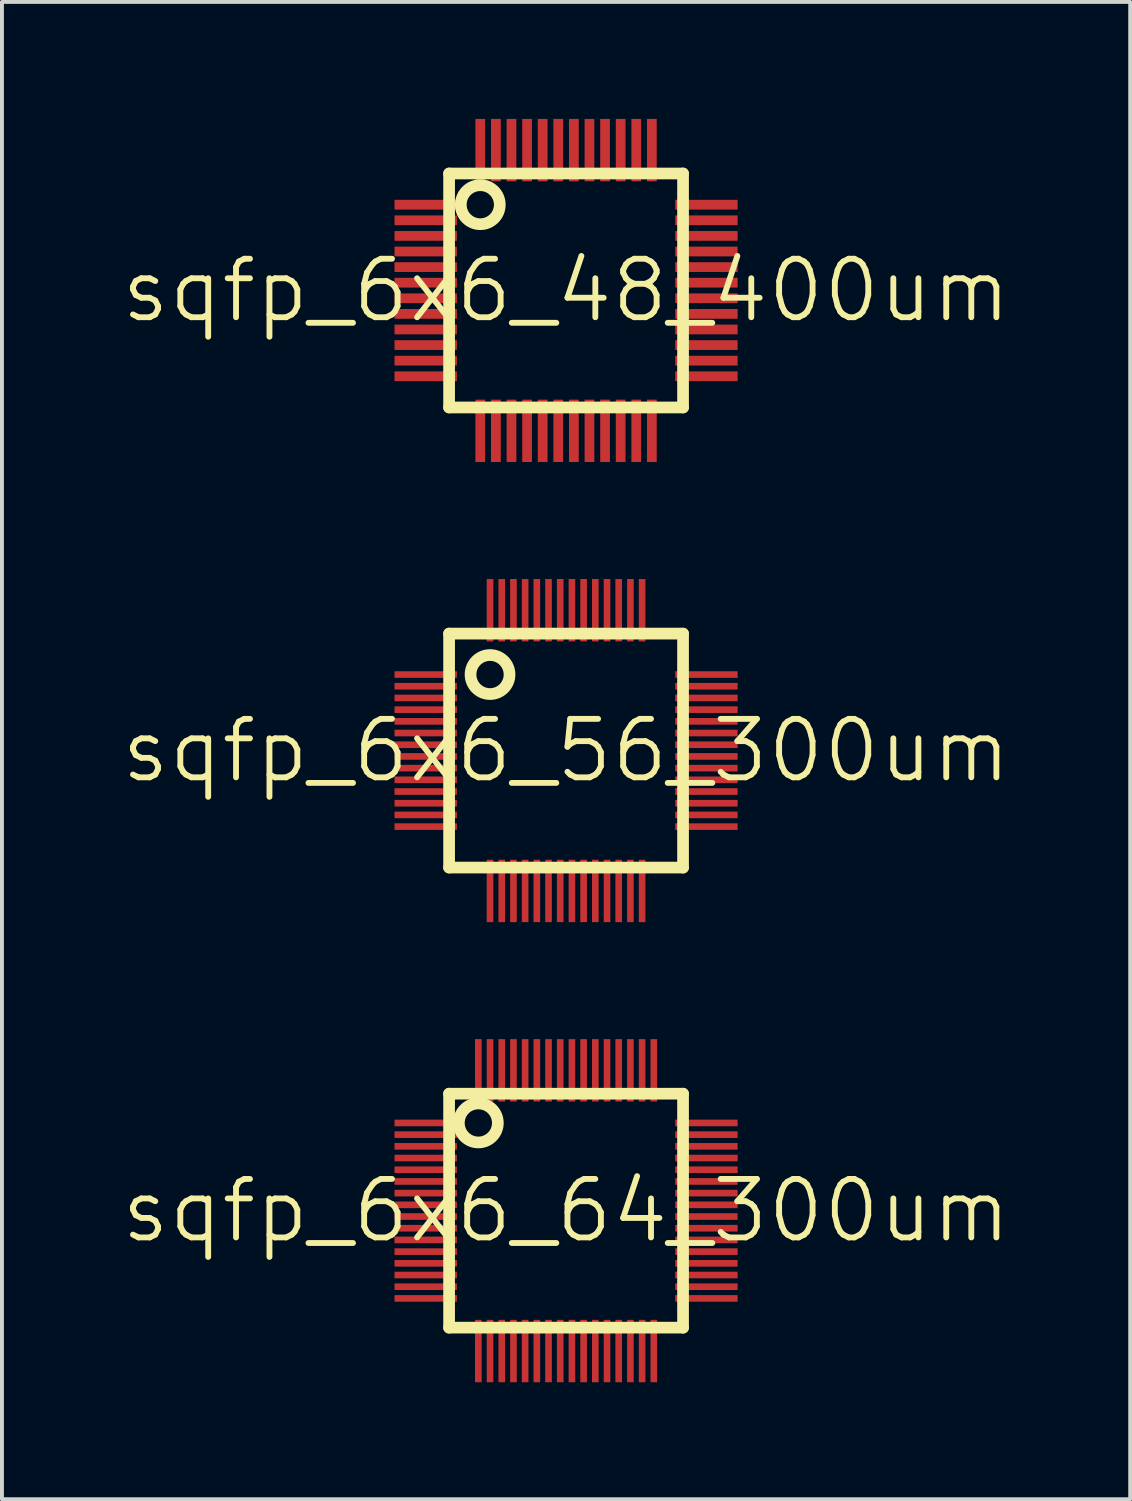
<source format=kicad_pcb>
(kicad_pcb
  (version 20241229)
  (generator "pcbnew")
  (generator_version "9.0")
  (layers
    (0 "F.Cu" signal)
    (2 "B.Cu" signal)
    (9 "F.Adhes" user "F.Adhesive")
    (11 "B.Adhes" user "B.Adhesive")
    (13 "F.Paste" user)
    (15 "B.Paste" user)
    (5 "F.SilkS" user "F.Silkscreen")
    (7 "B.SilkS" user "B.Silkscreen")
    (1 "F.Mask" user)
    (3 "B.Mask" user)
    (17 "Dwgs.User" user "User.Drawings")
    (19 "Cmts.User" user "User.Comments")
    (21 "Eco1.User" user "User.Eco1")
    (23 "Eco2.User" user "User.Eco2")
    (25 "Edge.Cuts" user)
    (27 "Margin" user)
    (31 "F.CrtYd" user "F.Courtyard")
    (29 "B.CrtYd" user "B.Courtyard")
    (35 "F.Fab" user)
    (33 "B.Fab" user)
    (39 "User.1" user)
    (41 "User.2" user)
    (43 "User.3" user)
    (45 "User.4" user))
  (footprint "sqfp_6x6_48_400um"
    (layer "F.Cu")
    (at 11.468 4.4)
    (property "Reference" "sqfp_6x6_48_400um" (at 0 0 0) (layer "F.SilkS") (effects (font (size 1.5 1.5) (thickness 0.15))))
    (attr through_hole)
    (fp_line (start -3 -3) (end 3 -3) (stroke (width 0.3) (type solid)) (layer "F.SilkS"))
    (fp_line (start -3 3) (end -3 -3) (stroke (width 0.3) (type solid)) (layer "F.SilkS"))
    (fp_line (start 3 -3) (end 3 3) (stroke (width 0.3) (type solid)) (layer "F.SilkS"))
    (fp_line (start 3 3) (end -3 3) (stroke (width 0.3) (type solid)) (layer "F.SilkS"))
    (fp_circle (center -2.2 -2.2) (end -1.7 -2.2) (stroke (width 0.3) (type solid)) (fill no) (layer "F.SilkS"))
    (pad "1" smd rect (at -3.6 -2.2 90) (size 0.25 1.6) (layers "F.Cu" "F.Mask" "F.Paste"))
    (pad "2" smd rect (at -3.6 -1.8 90) (size 0.25 1.6) (layers "F.Cu" "F.Mask" "F.Paste"))
    (pad "3" smd rect (at -3.6 -1.4 90) (size 0.25 1.6) (layers "F.Cu" "F.Mask" "F.Paste"))
    (pad "4" smd rect (at -3.6 -1 90) (size 0.25 1.6) (layers "F.Cu" "F.Mask" "F.Paste"))
    (pad "5" smd rect (at -3.6 -0.6 90) (size 0.25 1.6) (layers "F.Cu" "F.Mask" "F.Paste"))
    (pad "6" smd rect (at -3.6 -0.2 90) (size 0.25 1.6) (layers "F.Cu" "F.Mask" "F.Paste"))
    (pad "7" smd rect (at -3.6 0.2 90) (size 0.25 1.6) (layers "F.Cu" "F.Mask" "F.Paste"))
    (pad "8" smd rect (at -3.6 0.6 90) (size 0.25 1.6) (layers "F.Cu" "F.Mask" "F.Paste"))
    (pad "9" smd rect (at -3.6 1 90) (size 0.25 1.6) (layers "F.Cu" "F.Mask" "F.Paste"))
    (pad "10" smd rect (at -3.6 1.4 90) (size 0.25 1.6) (layers "F.Cu" "F.Mask" "F.Paste"))
    (pad "11" smd rect (at -3.6 1.8 90) (size 0.25 1.6) (layers "F.Cu" "F.Mask" "F.Paste"))
    (pad "12" smd rect (at -3.6 2.2 90) (size 0.25 1.6) (layers "F.Cu" "F.Mask" "F.Paste"))
    (pad "13" smd rect (at -2.2 3.6) (size 0.25 1.6) (layers "F.Cu" "F.Mask" "F.Paste"))
    (pad "14" smd rect (at -1.8 3.6) (size 0.25 1.6) (layers "F.Cu" "F.Mask" "F.Paste"))
    (pad "15" smd rect (at -1.4 3.6) (size 0.25 1.6) (layers "F.Cu" "F.Mask" "F.Paste"))
    (pad "16" smd rect (at -1 3.6) (size 0.25 1.6) (layers "F.Cu" "F.Mask" "F.Paste"))
    (pad "17" smd rect (at -0.6 3.6) (size 0.25 1.6) (layers "F.Cu" "F.Mask" "F.Paste"))
    (pad "18" smd rect (at -0.2 3.6) (size 0.25 1.6) (layers "F.Cu" "F.Mask" "F.Paste"))
    (pad "19" smd rect (at 0.2 3.6) (size 0.25 1.6) (layers "F.Cu" "F.Mask" "F.Paste"))
    (pad "20" smd rect (at 0.6 3.6) (size 0.25 1.6) (layers "F.Cu" "F.Mask" "F.Paste"))
    (pad "21" smd rect (at 1 3.6) (size 0.25 1.6) (layers "F.Cu" "F.Mask" "F.Paste"))
    (pad "22" smd rect (at 1.4 3.6) (size 0.25 1.6) (layers "F.Cu" "F.Mask" "F.Paste"))
    (pad "23" smd rect (at 1.8 3.6) (size 0.25 1.6) (layers "F.Cu" "F.Mask" "F.Paste"))
    (pad "24" smd rect (at 2.2 3.6) (size 0.25 1.6) (layers "F.Cu" "F.Mask" "F.Paste"))
    (pad "25" smd rect (at 3.6 2.2 90) (size 0.25 1.6) (layers "F.Cu" "F.Mask" "F.Paste"))
    (pad "26" smd rect (at 3.6 1.8 90) (size 0.25 1.6) (layers "F.Cu" "F.Mask" "F.Paste"))
    (pad "27" smd rect (at 3.6 1.4 90) (size 0.25 1.6) (layers "F.Cu" "F.Mask" "F.Paste"))
    (pad "28" smd rect (at 3.6 1 90) (size 0.25 1.6) (layers "F.Cu" "F.Mask" "F.Paste"))
    (pad "29" smd rect (at 3.6 0.6 90) (size 0.25 1.6) (layers "F.Cu" "F.Mask" "F.Paste"))
    (pad "30" smd rect (at 3.6 0.2 90) (size 0.25 1.6) (layers "F.Cu" "F.Mask" "F.Paste"))
    (pad "31" smd rect (at 3.6 -0.2 90) (size 0.25 1.6) (layers "F.Cu" "F.Mask" "F.Paste"))
    (pad "32" smd rect (at 3.6 -0.6 90) (size 0.25 1.6) (layers "F.Cu" "F.Mask" "F.Paste"))
    (pad "33" smd rect (at 3.6 -1 90) (size 0.25 1.6) (layers "F.Cu" "F.Mask" "F.Paste"))
    (pad "34" smd rect (at 3.6 -1.4 90) (size 0.25 1.6) (layers "F.Cu" "F.Mask" "F.Paste"))
    (pad "35" smd rect (at 3.6 -1.8 90) (size 0.25 1.6) (layers "F.Cu" "F.Mask" "F.Paste"))
    (pad "36" smd rect (at 3.6 -2.2 90) (size 0.25 1.6) (layers "F.Cu" "F.Mask" "F.Paste"))
    (pad "37" smd rect (at 2.2 -3.6) (size 0.25 1.6) (layers "F.Cu" "F.Mask" "F.Paste"))
    (pad "38" smd rect (at 1.8 -3.6) (size 0.25 1.6) (layers "F.Cu" "F.Mask" "F.Paste"))
    (pad "39" smd rect (at 1.4 -3.6) (size 0.25 1.6) (layers "F.Cu" "F.Mask" "F.Paste"))
    (pad "40" smd rect (at 1 -3.6) (size 0.25 1.6) (layers "F.Cu" "F.Mask" "F.Paste"))
    (pad "41" smd rect (at 0.6 -3.6) (size 0.25 1.6) (layers "F.Cu" "F.Mask" "F.Paste"))
    (pad "42" smd rect (at 0.2 -3.6) (size 0.25 1.6) (layers "F.Cu" "F.Mask" "F.Paste"))
    (pad "43" smd rect (at -0.2 -3.6) (size 0.25 1.6) (layers "F.Cu" "F.Mask" "F.Paste"))
    (pad "44" smd rect (at -0.6 -3.6) (size 0.25 1.6) (layers "F.Cu" "F.Mask" "F.Paste"))
    (pad "45" smd rect (at -1 -3.6) (size 0.25 1.6) (layers "F.Cu" "F.Mask" "F.Paste"))
    (pad "46" smd rect (at -1.4 -3.6) (size 0.25 1.6) (layers "F.Cu" "F.Mask" "F.Paste"))
    (pad "47" smd rect (at -1.8 -3.6) (size 0.25 1.6) (layers "F.Cu" "F.Mask" "F.Paste"))
    (pad "48" smd rect (at -2.2 -3.6) (size 0.25 1.6) (layers "F.Cu" "F.Mask" "F.Paste")))
  (footprint "sqfp_6x6_56_300um"
    (layer "F.Cu")
    (at 11.468 16.2)
    (property "Reference" "sqfp_6x6_56_300um" (at 0 0 0) (layer "F.SilkS") (effects (font (size 1.5 1.5) (thickness 0.15))))
    (attr through_hole)
    (fp_line (start -3 -3) (end 3 -3) (stroke (width 0.3) (type solid)) (layer "F.SilkS"))
    (fp_line (start -3 3) (end -3 -3) (stroke (width 0.3) (type solid)) (layer "F.SilkS"))
    (fp_line (start 3 -3) (end 3 3) (stroke (width 0.3) (type solid)) (layer "F.SilkS"))
    (fp_line (start 3 3) (end -3 3) (stroke (width 0.3) (type solid)) (layer "F.SilkS"))
    (fp_circle (center -1.95 -1.95) (end -1.45 -1.95) (stroke (width 0.3) (type solid)) (fill no) (layer "F.SilkS"))
    (pad "1" smd rect (at -3.6 -1.95 90) (size 0.17 1.6) (layers "F.Cu" "F.Mask" "F.Paste"))
    (pad "2" smd rect (at -3.6 -1.65 90) (size 0.17 1.6) (layers "F.Cu" "F.Mask" "F.Paste"))
    (pad "3" smd rect (at -3.6 -1.35 90) (size 0.17 1.6) (layers "F.Cu" "F.Mask" "F.Paste"))
    (pad "4" smd rect (at -3.6 -1.05 90) (size 0.17 1.6) (layers "F.Cu" "F.Mask" "F.Paste"))
    (pad "5" smd rect (at -3.6 -0.75 90) (size 0.17 1.6) (layers "F.Cu" "F.Mask" "F.Paste"))
    (pad "6" smd rect (at -3.6 -0.45 90) (size 0.17 1.6) (layers "F.Cu" "F.Mask" "F.Paste"))
    (pad "7" smd rect (at -3.6 -0.15 90) (size 0.17 1.6) (layers "F.Cu" "F.Mask" "F.Paste"))
    (pad "8" smd rect (at -3.6 0.15 90) (size 0.17 1.6) (layers "F.Cu" "F.Mask" "F.Paste"))
    (pad "9" smd rect (at -3.6 0.45 90) (size 0.17 1.6) (layers "F.Cu" "F.Mask" "F.Paste"))
    (pad "10" smd rect (at -3.6 0.75 90) (size 0.17 1.6) (layers "F.Cu" "F.Mask" "F.Paste"))
    (pad "11" smd rect (at -3.6 1.05 90) (size 0.17 1.6) (layers "F.Cu" "F.Mask" "F.Paste"))
    (pad "12" smd rect (at -3.6 1.35 90) (size 0.17 1.6) (layers "F.Cu" "F.Mask" "F.Paste"))
    (pad "13" smd rect (at -3.6 1.65 90) (size 0.17 1.6) (layers "F.Cu" "F.Mask" "F.Paste"))
    (pad "14" smd rect (at -3.6 1.95 90) (size 0.17 1.6) (layers "F.Cu" "F.Mask" "F.Paste"))
    (pad "15" smd rect (at -1.95 3.6) (size 0.17 1.6) (layers "F.Cu" "F.Mask" "F.Paste"))
    (pad "16" smd rect (at -1.65 3.6) (size 0.17 1.6) (layers "F.Cu" "F.Mask" "F.Paste"))
    (pad "17" smd rect (at -1.35 3.6) (size 0.17 1.6) (layers "F.Cu" "F.Mask" "F.Paste"))
    (pad "18" smd rect (at -1.05 3.6) (size 0.17 1.6) (layers "F.Cu" "F.Mask" "F.Paste"))
    (pad "19" smd rect (at -0.75 3.6) (size 0.17 1.6) (layers "F.Cu" "F.Mask" "F.Paste"))
    (pad "20" smd rect (at -0.45 3.6) (size 0.17 1.6) (layers "F.Cu" "F.Mask" "F.Paste"))
    (pad "21" smd rect (at -0.15 3.6) (size 0.17 1.6) (layers "F.Cu" "F.Mask" "F.Paste"))
    (pad "22" smd rect (at 0.15 3.6) (size 0.17 1.6) (layers "F.Cu" "F.Mask" "F.Paste"))
    (pad "23" smd rect (at 0.45 3.6) (size 0.17 1.6) (layers "F.Cu" "F.Mask" "F.Paste"))
    (pad "24" smd rect (at 0.75 3.6) (size 0.17 1.6) (layers "F.Cu" "F.Mask" "F.Paste"))
    (pad "25" smd rect (at 1.05 3.6) (size 0.17 1.6) (layers "F.Cu" "F.Mask" "F.Paste"))
    (pad "26" smd rect (at 1.35 3.6) (size 0.17 1.6) (layers "F.Cu" "F.Mask" "F.Paste"))
    (pad "27" smd rect (at 1.65 3.6) (size 0.17 1.6) (layers "F.Cu" "F.Mask" "F.Paste"))
    (pad "28" smd rect (at 1.95 3.6) (size 0.17 1.6) (layers "F.Cu" "F.Mask" "F.Paste"))
    (pad "29" smd rect (at 3.6 1.95 90) (size 0.17 1.6) (layers "F.Cu" "F.Mask" "F.Paste"))
    (pad "30" smd rect (at 3.6 1.65 90) (size 0.17 1.6) (layers "F.Cu" "F.Mask" "F.Paste"))
    (pad "31" smd rect (at 3.6 1.35 90) (size 0.17 1.6) (layers "F.Cu" "F.Mask" "F.Paste"))
    (pad "32" smd rect (at 3.6 1.05 90) (size 0.17 1.6) (layers "F.Cu" "F.Mask" "F.Paste"))
    (pad "33" smd rect (at 3.6 0.75 90) (size 0.17 1.6) (layers "F.Cu" "F.Mask" "F.Paste"))
    (pad "34" smd rect (at 3.6 0.45 90) (size 0.17 1.6) (layers "F.Cu" "F.Mask" "F.Paste"))
    (pad "35" smd rect (at 3.6 0.15 90) (size 0.17 1.6) (layers "F.Cu" "F.Mask" "F.Paste"))
    (pad "36" smd rect (at 3.6 -0.15 90) (size 0.17 1.6) (layers "F.Cu" "F.Mask" "F.Paste"))
    (pad "37" smd rect (at 3.6 -0.45 90) (size 0.17 1.6) (layers "F.Cu" "F.Mask" "F.Paste"))
    (pad "38" smd rect (at 3.6 -0.75 90) (size 0.17 1.6) (layers "F.Cu" "F.Mask" "F.Paste"))
    (pad "39" smd rect (at 3.6 -1.05 90) (size 0.17 1.6) (layers "F.Cu" "F.Mask" "F.Paste"))
    (pad "40" smd rect (at 3.6 -1.35 90) (size 0.17 1.6) (layers "F.Cu" "F.Mask" "F.Paste"))
    (pad "41" smd rect (at 3.6 -1.65 90) (size 0.17 1.6) (layers "F.Cu" "F.Mask" "F.Paste"))
    (pad "42" smd rect (at 3.6 -1.95 90) (size 0.17 1.6) (layers "F.Cu" "F.Mask" "F.Paste"))
    (pad "43" smd rect (at 1.95 -3.6) (size 0.17 1.6) (layers "F.Cu" "F.Mask" "F.Paste"))
    (pad "44" smd rect (at 1.65 -3.6) (size 0.17 1.6) (layers "F.Cu" "F.Mask" "F.Paste"))
    (pad "45" smd rect (at 1.35 -3.6) (size 0.17 1.6) (layers "F.Cu" "F.Mask" "F.Paste"))
    (pad "46" smd rect (at 1.05 -3.6) (size 0.17 1.6) (layers "F.Cu" "F.Mask" "F.Paste"))
    (pad "47" smd rect (at 0.75 -3.6) (size 0.17 1.6) (layers "F.Cu" "F.Mask" "F.Paste"))
    (pad "48" smd rect (at 0.45 -3.6) (size 0.17 1.6) (layers "F.Cu" "F.Mask" "F.Paste"))
    (pad "49" smd rect (at 0.15 -3.6) (size 0.17 1.6) (layers "F.Cu" "F.Mask" "F.Paste"))
    (pad "50" smd rect (at -0.15 -3.6) (size 0.17 1.6) (layers "F.Cu" "F.Mask" "F.Paste"))
    (pad "51" smd rect (at -0.45 -3.6) (size 0.17 1.6) (layers "F.Cu" "F.Mask" "F.Paste"))
    (pad "52" smd rect (at -0.75 -3.6) (size 0.17 1.6) (layers "F.Cu" "F.Mask" "F.Paste"))
    (pad "53" smd rect (at -1.05 -3.6) (size 0.17 1.6) (layers "F.Cu" "F.Mask" "F.Paste"))
    (pad "54" smd rect (at -1.35 -3.6) (size 0.17 1.6) (layers "F.Cu" "F.Mask" "F.Paste"))
    (pad "55" smd rect (at -1.65 -3.6) (size 0.17 1.6) (layers "F.Cu" "F.Mask" "F.Paste"))
    (pad "56" smd rect (at -1.95 -3.6) (size 0.17 1.6) (layers "F.Cu" "F.Mask" "F.Paste")))
  (footprint "sqfp_6x6_64_300um"
    (layer "F.Cu")
    (at 11.468 28)
    (property "Reference" "sqfp_6x6_64_300um" (at 0 0 0) (layer "F.SilkS") (effects (font (size 1.5 1.5) (thickness 0.15))))
    (attr through_hole)
    (fp_line (start -3 -3) (end 3 -3) (stroke (width 0.3) (type solid)) (layer "F.SilkS"))
    (fp_line (start -3 3) (end -3 -3) (stroke (width 0.3) (type solid)) (layer "F.SilkS"))
    (fp_line (start 3 -3) (end 3 3) (stroke (width 0.3) (type solid)) (layer "F.SilkS"))
    (fp_line (start 3 3) (end -3 3) (stroke (width 0.3) (type solid)) (layer "F.SilkS"))
    (fp_circle (center -2.25 -2.25) (end -1.75 -2.25) (stroke (width 0.3) (type solid)) (fill no) (layer "F.SilkS"))
    (pad "1" smd rect (at -3.6 -2.25 90) (size 0.17 1.6) (layers "F.Cu" "F.Mask" "F.Paste"))
    (pad "2" smd rect (at -3.6 -1.95 90) (size 0.17 1.6) (layers "F.Cu" "F.Mask" "F.Paste"))
    (pad "3" smd rect (at -3.6 -1.65 90) (size 0.17 1.6) (layers "F.Cu" "F.Mask" "F.Paste"))
    (pad "4" smd rect (at -3.6 -1.35 90) (size 0.17 1.6) (layers "F.Cu" "F.Mask" "F.Paste"))
    (pad "5" smd rect (at -3.6 -1.05 90) (size 0.17 1.6) (layers "F.Cu" "F.Mask" "F.Paste"))
    (pad "6" smd rect (at -3.6 -0.75 90) (size 0.17 1.6) (layers "F.Cu" "F.Mask" "F.Paste"))
    (pad "7" smd rect (at -3.6 -0.45 90) (size 0.17 1.6) (layers "F.Cu" "F.Mask" "F.Paste"))
    (pad "8" smd rect (at -3.6 -0.15 90) (size 0.17 1.6) (layers "F.Cu" "F.Mask" "F.Paste"))
    (pad "9" smd rect (at -3.6 0.15 90) (size 0.17 1.6) (layers "F.Cu" "F.Mask" "F.Paste"))
    (pad "10" smd rect (at -3.6 0.45 90) (size 0.17 1.6) (layers "F.Cu" "F.Mask" "F.Paste"))
    (pad "11" smd rect (at -3.6 0.75 90) (size 0.17 1.6) (layers "F.Cu" "F.Mask" "F.Paste"))
    (pad "12" smd rect (at -3.6 1.05 90) (size 0.17 1.6) (layers "F.Cu" "F.Mask" "F.Paste"))
    (pad "13" smd rect (at -3.6 1.35 90) (size 0.17 1.6) (layers "F.Cu" "F.Mask" "F.Paste"))
    (pad "14" smd rect (at -3.6 1.65 90) (size 0.17 1.6) (layers "F.Cu" "F.Mask" "F.Paste"))
    (pad "15" smd rect (at -3.6 1.95 90) (size 0.17 1.6) (layers "F.Cu" "F.Mask" "F.Paste"))
    (pad "16" smd rect (at -3.6 2.25 90) (size 0.17 1.6) (layers "F.Cu" "F.Mask" "F.Paste"))
    (pad "17" smd rect (at -2.25 3.6) (size 0.17 1.6) (layers "F.Cu" "F.Mask" "F.Paste"))
    (pad "18" smd rect (at -1.95 3.6) (size 0.17 1.6) (layers "F.Cu" "F.Mask" "F.Paste"))
    (pad "19" smd rect (at -1.65 3.6) (size 0.17 1.6) (layers "F.Cu" "F.Mask" "F.Paste"))
    (pad "20" smd rect (at -1.35 3.6) (size 0.17 1.6) (layers "F.Cu" "F.Mask" "F.Paste"))
    (pad "21" smd rect (at -1.05 3.6) (size 0.17 1.6) (layers "F.Cu" "F.Mask" "F.Paste"))
    (pad "22" smd rect (at -0.75 3.6) (size 0.17 1.6) (layers "F.Cu" "F.Mask" "F.Paste"))
    (pad "23" smd rect (at -0.45 3.6) (size 0.17 1.6) (layers "F.Cu" "F.Mask" "F.Paste"))
    (pad "24" smd rect (at -0.15 3.6) (size 0.17 1.6) (layers "F.Cu" "F.Mask" "F.Paste"))
    (pad "25" smd rect (at 0.15 3.6) (size 0.17 1.6) (layers "F.Cu" "F.Mask" "F.Paste"))
    (pad "26" smd rect (at 0.45 3.6) (size 0.17 1.6) (layers "F.Cu" "F.Mask" "F.Paste"))
    (pad "27" smd rect (at 0.75 3.6) (size 0.17 1.6) (layers "F.Cu" "F.Mask" "F.Paste"))
    (pad "28" smd rect (at 1.05 3.6) (size 0.17 1.6) (layers "F.Cu" "F.Mask" "F.Paste"))
    (pad "29" smd rect (at 1.35 3.6) (size 0.17 1.6) (layers "F.Cu" "F.Mask" "F.Paste"))
    (pad "30" smd rect (at 1.65 3.6) (size 0.17 1.6) (layers "F.Cu" "F.Mask" "F.Paste"))
    (pad "31" smd rect (at 1.95 3.6) (size 0.17 1.6) (layers "F.Cu" "F.Mask" "F.Paste"))
    (pad "32" smd rect (at 2.25 3.6) (size 0.17 1.6) (layers "F.Cu" "F.Mask" "F.Paste"))
    (pad "33" smd rect (at 3.6 2.25 90) (size 0.17 1.6) (layers "F.Cu" "F.Mask" "F.Paste"))
    (pad "34" smd rect (at 3.6 1.95 90) (size 0.17 1.6) (layers "F.Cu" "F.Mask" "F.Paste"))
    (pad "35" smd rect (at 3.6 1.65 90) (size 0.17 1.6) (layers "F.Cu" "F.Mask" "F.Paste"))
    (pad "36" smd rect (at 3.6 1.35 90) (size 0.17 1.6) (layers "F.Cu" "F.Mask" "F.Paste"))
    (pad "37" smd rect (at 3.6 1.05 90) (size 0.17 1.6) (layers "F.Cu" "F.Mask" "F.Paste"))
    (pad "38" smd rect (at 3.6 0.75 90) (size 0.17 1.6) (layers "F.Cu" "F.Mask" "F.Paste"))
    (pad "39" smd rect (at 3.6 0.45 90) (size 0.17 1.6) (layers "F.Cu" "F.Mask" "F.Paste"))
    (pad "40" smd rect (at 3.6 0.15 90) (size 0.17 1.6) (layers "F.Cu" "F.Mask" "F.Paste"))
    (pad "41" smd rect (at 3.6 -0.15 90) (size 0.17 1.6) (layers "F.Cu" "F.Mask" "F.Paste"))
    (pad "42" smd rect (at 3.6 -0.45 90) (size 0.17 1.6) (layers "F.Cu" "F.Mask" "F.Paste"))
    (pad "43" smd rect (at 3.6 -0.75 90) (size 0.17 1.6) (layers "F.Cu" "F.Mask" "F.Paste"))
    (pad "44" smd rect (at 3.6 -1.05 90) (size 0.17 1.6) (layers "F.Cu" "F.Mask" "F.Paste"))
    (pad "45" smd rect (at 3.6 -1.35 90) (size 0.17 1.6) (layers "F.Cu" "F.Mask" "F.Paste"))
    (pad "46" smd rect (at 3.6 -1.65 90) (size 0.17 1.6) (layers "F.Cu" "F.Mask" "F.Paste"))
    (pad "47" smd rect (at 3.6 -1.95 90) (size 0.17 1.6) (layers "F.Cu" "F.Mask" "F.Paste"))
    (pad "48" smd rect (at 3.6 -2.25 90) (size 0.17 1.6) (layers "F.Cu" "F.Mask" "F.Paste"))
    (pad "49" smd rect (at 2.25 -3.6) (size 0.17 1.6) (layers "F.Cu" "F.Mask" "F.Paste"))
    (pad "50" smd rect (at 1.95 -3.6) (size 0.17 1.6) (layers "F.Cu" "F.Mask" "F.Paste"))
    (pad "51" smd rect (at 1.65 -3.6) (size 0.17 1.6) (layers "F.Cu" "F.Mask" "F.Paste"))
    (pad "52" smd rect (at 1.35 -3.6) (size 0.17 1.6) (layers "F.Cu" "F.Mask" "F.Paste"))
    (pad "53" smd rect (at 1.05 -3.6) (size 0.17 1.6) (layers "F.Cu" "F.Mask" "F.Paste"))
    (pad "54" smd rect (at 0.75 -3.6) (size 0.17 1.6) (layers "F.Cu" "F.Mask" "F.Paste"))
    (pad "55" smd rect (at 0.45 -3.6) (size 0.17 1.6) (layers "F.Cu" "F.Mask" "F.Paste"))
    (pad "56" smd rect (at 0.15 -3.6) (size 0.17 1.6) (layers "F.Cu" "F.Mask" "F.Paste"))
    (pad "57" smd rect (at -0.15 -3.6) (size 0.17 1.6) (layers "F.Cu" "F.Mask" "F.Paste"))
    (pad "58" smd rect (at -0.45 -3.6) (size 0.17 1.6) (layers "F.Cu" "F.Mask" "F.Paste"))
    (pad "59" smd rect (at -0.75 -3.6) (size 0.17 1.6) (layers "F.Cu" "F.Mask" "F.Paste"))
    (pad "60" smd rect (at -1.05 -3.6) (size 0.17 1.6) (layers "F.Cu" "F.Mask" "F.Paste"))
    (pad "61" smd rect (at -1.35 -3.6) (size 0.17 1.6) (layers "F.Cu" "F.Mask" "F.Paste"))
    (pad "62" smd rect (at -1.65 -3.6) (size 0.17 1.6) (layers "F.Cu" "F.Mask" "F.Paste"))
    (pad "63" smd rect (at -1.95 -3.6) (size 0.17 1.6) (layers "F.Cu" "F.Mask" "F.Paste"))
    (pad "64" smd rect (at -2.25 -3.6) (size 0.17 1.6) (layers "F.Cu" "F.Mask" "F.Paste")))
  (gr_rect
    (start -3 -3)
    (end 25.936 35.4)
    (stroke (width 0.1) (type default))
    (fill no)
    (layer "Edge.Cuts")))
</source>
